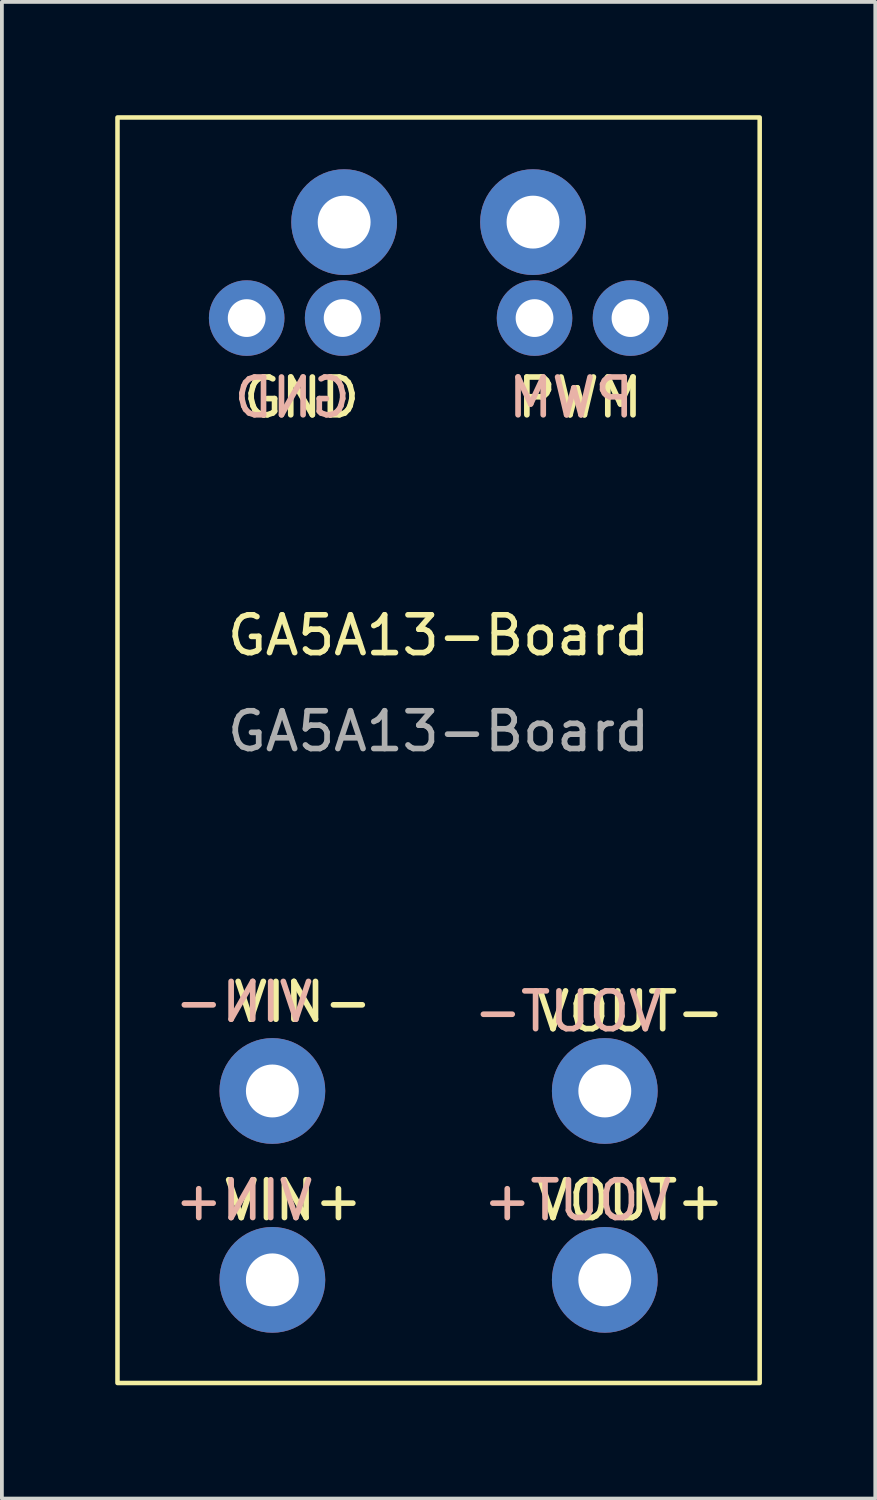
<source format=kicad_pcb>
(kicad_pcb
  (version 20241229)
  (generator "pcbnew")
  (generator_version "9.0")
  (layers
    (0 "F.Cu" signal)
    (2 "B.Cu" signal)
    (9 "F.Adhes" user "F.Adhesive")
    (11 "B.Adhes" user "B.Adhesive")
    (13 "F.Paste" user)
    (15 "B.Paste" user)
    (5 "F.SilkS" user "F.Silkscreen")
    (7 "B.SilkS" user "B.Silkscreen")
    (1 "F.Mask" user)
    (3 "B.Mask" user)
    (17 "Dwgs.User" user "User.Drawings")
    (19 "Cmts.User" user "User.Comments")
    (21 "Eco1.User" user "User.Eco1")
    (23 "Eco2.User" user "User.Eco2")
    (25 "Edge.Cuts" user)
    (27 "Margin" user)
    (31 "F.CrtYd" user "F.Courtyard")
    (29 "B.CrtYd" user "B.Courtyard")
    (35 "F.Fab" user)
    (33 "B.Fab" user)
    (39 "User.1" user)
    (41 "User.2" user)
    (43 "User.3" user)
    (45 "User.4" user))
  (footprint "GA5A13-Board"
    (layer "F.Cu")
    (at 8.56 17.31)
    (property "Reference" "GA5A13-Board" (at 0 -3.54 0) (unlocked yes) (layer "F.SilkS") (effects (font (size 1 1) (thickness 0.15))))
    (attr through_hole)
    (fp_rect (start -8.5 -17.25) (end 8.5 16.25) (stroke (width 0.12) (type default)) (fill no) (layer "F.SilkS"))
    (fp_text user "VIN-" (at -5.5 6.75 0) (unlocked yes) (layer "F.SilkS") (effects (font (size 1 1) (thickness 0.15)) (justify left bottom)))
    (fp_text user "GND" (at -5.25 -9.25 0) (unlocked yes) (layer "F.SilkS") (effects (font (size 1 1) (thickness 0.15)) (justify left bottom)))
    (fp_text user "VOUT-" (at 2.5 7 0) (unlocked yes) (layer "F.SilkS") (effects (font (size 1 1) (thickness 0.15)) (justify left bottom)))
    (fp_text user "VIN+" (at -5.75 12 0) (unlocked yes) (layer "F.SilkS") (effects (font (size 1 1) (thickness 0.15)) (justify left bottom)))
    (fp_text user "PWM" (at 2 -9.25 0) (unlocked yes) (layer "F.SilkS") (effects (font (size 1 1) (thickness 0.15)) (justify left bottom)))
    (fp_text user "VOUT+" (at 2.5 12 0) (unlocked yes) (layer "F.SilkS") (effects (font (size 1 1) (thickness 0.15)) (justify left bottom)))
    (fp_text user "VOUT-" (at 6 7 0) (unlocked yes) (layer "B.SilkS") (effects (font (size 1 1) (thickness 0.15)) (justify left bottom mirror)))
    (fp_text user "VIN+" (at -3.25 12 0) (unlocked yes) (layer "B.SilkS") (effects (font (size 1 1) (thickness 0.15)) (justify left bottom mirror)))
    (fp_text user "GND" (at -2.25 -9.25 0) (unlocked yes) (layer "B.SilkS") (effects (font (size 1 1) (thickness 0.15)) (justify left bottom mirror)))
    (fp_text user "PWM" (at 5.25 -9.25 0) (unlocked yes) (layer "B.SilkS") (effects (font (size 1 1) (thickness 0.15)) (justify left bottom mirror)))
    (fp_text user "VIN-" (at -3.25 6.75 0) (unlocked yes) (layer "B.SilkS") (effects (font (size 1 1) (thickness 0.15)) (justify left bottom mirror)))
    (fp_text user "VOUT+" (at 6.25 12 0) (unlocked yes) (layer "B.SilkS") (effects (font (size 1 1) (thickness 0.15)) (justify left bottom mirror)))
    (fp_text user "${REFERENCE}" (at 0 -1 0) (unlocked yes) (layer "F.Fab") (effects (font (size 1 1) (thickness 0.15))))
    (pad "1" thru_hole circle (at 2.5 -14.48) (size 2.8 2.8) (drill 1.4) (layers "*.Cu" "*.Mask"))
    (pad "1" thru_hole circle (at 2.54 -11.94) (size 2 2) (drill 1) (layers "*.Cu" "*.Mask"))
    (pad "1" thru_hole circle (at 5.08 -11.94) (size 2 2) (drill 1) (layers "*.Cu" "*.Mask"))
    (pad "2" thru_hole circle (at -5.08 -11.94) (size 2 2) (drill 1) (layers "*.Cu" "*.Mask"))
    (pad "2" thru_hole circle (at -2.54 -11.94) (size 2 2) (drill 1) (layers "*.Cu" "*.Mask"))
    (pad "2" thru_hole circle (at -2.5 -14.48) (size 2.8 2.8) (drill 1.4) (layers "*.Cu" "*.Mask"))
    (pad "3" thru_hole circle (at -4.4 13.52) (size 2.8 2.8) (drill 1.4) (layers "*.Cu" "*.Mask"))
    (pad "4" thru_hole circle (at -4.4 8.52) (size 2.8 2.8) (drill 1.4) (layers "*.Cu" "*.Mask"))
    (pad "5" thru_hole circle (at 4.4 13.52) (size 2.8 2.8) (drill 1.4) (layers "*.Cu" "*.Mask"))
    (pad "6" thru_hole circle (at 4.4 8.52) (size 2.8 2.8) (drill 1.4) (layers "*.Cu" "*.Mask")))
  (gr_rect
    (start -3 -3)
    (end 20.12 36.62)
    (stroke (width 0.1) (type default))
    (fill no)
    (layer "Edge.Cuts")))
</source>
